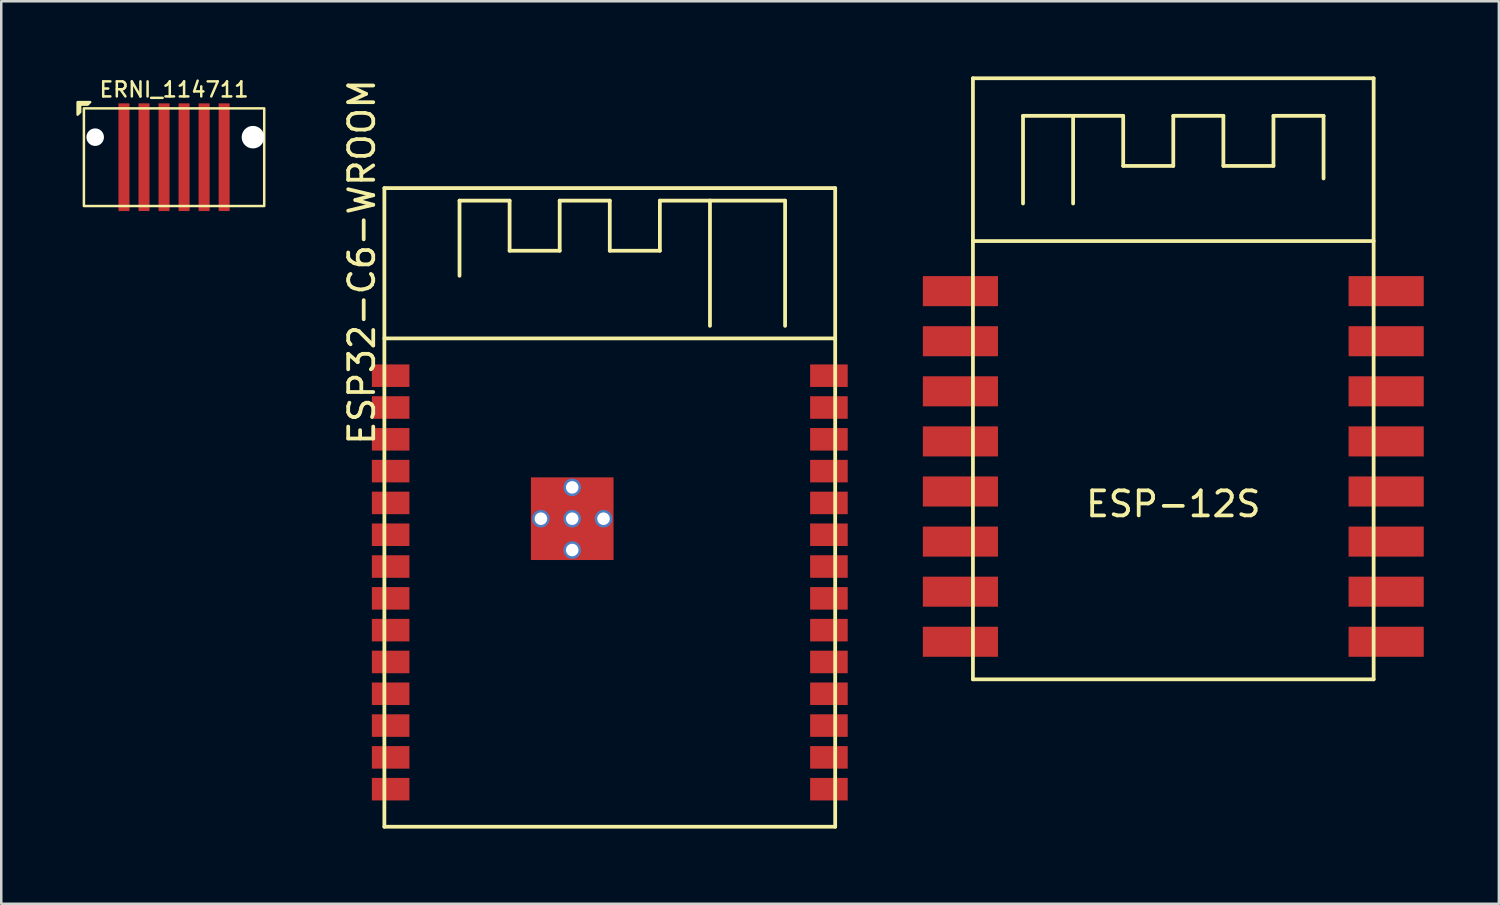
<source format=kicad_pcb>
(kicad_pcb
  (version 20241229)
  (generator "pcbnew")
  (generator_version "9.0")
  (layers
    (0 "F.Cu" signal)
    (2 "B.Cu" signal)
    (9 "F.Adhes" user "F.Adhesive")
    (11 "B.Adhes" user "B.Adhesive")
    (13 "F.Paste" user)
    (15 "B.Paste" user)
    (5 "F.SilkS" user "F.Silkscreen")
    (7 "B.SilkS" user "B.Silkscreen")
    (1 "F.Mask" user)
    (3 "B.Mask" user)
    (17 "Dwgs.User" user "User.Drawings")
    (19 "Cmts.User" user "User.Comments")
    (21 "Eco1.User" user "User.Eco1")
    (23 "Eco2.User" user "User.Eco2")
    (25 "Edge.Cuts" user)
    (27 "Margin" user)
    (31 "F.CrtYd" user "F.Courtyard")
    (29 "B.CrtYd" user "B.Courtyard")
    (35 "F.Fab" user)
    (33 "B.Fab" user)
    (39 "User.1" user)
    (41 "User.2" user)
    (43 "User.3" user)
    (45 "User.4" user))
  (footprint "ESP-12S"
    (layer "F.Cu")
    (at 43.798 12.075)
    (property "Reference" "ESP-12S" (at 0 5 0) (layer "F.SilkS") (effects (font (size 1 1) (thickness 0.15))))
    (attr through_hole)
    (fp_line (start -8 -5.5) (end 8 -5.5) (stroke (width 0.15) (type solid)) (layer "F.SilkS"))
    (fp_line (start -8 12) (end -8 -12) (stroke (width 0.15) (type solid)) (layer "F.SilkS"))
    (fp_line (start -8 12) (end 8 12) (stroke (width 0.15) (type solid)) (layer "F.SilkS"))
    (fp_line (start -6 -10.5) (end -2 -10.5) (stroke (width 0.15) (type solid)) (layer "F.SilkS"))
    (fp_line (start -6 -7) (end -6 -10.5) (stroke (width 0.15) (type solid)) (layer "F.SilkS"))
    (fp_line (start -4 -10.5) (end -4 -7) (stroke (width 0.15) (type solid)) (layer "F.SilkS"))
    (fp_line (start -2 -10.5) (end -2 -8.5) (stroke (width 0.15) (type solid)) (layer "F.SilkS"))
    (fp_line (start -2 -8.5) (end 0 -8.5) (stroke (width 0.15) (type solid)) (layer "F.SilkS"))
    (fp_line (start 0 -10.5) (end 2 -10.5) (stroke (width 0.15) (type solid)) (layer "F.SilkS"))
    (fp_line (start 0 -8.5) (end 0 -10.5) (stroke (width 0.15) (type solid)) (layer "F.SilkS"))
    (fp_line (start 2 -10.5) (end 2 -8.5) (stroke (width 0.15) (type solid)) (layer "F.SilkS"))
    (fp_line (start 2 -8.5) (end 4 -8.5) (stroke (width 0.15) (type solid)) (layer "F.SilkS"))
    (fp_line (start 4 -10.5) (end 6 -10.5) (stroke (width 0.15) (type solid)) (layer "F.SilkS"))
    (fp_line (start 4 -8.5) (end 4 -10.5) (stroke (width 0.15) (type solid)) (layer "F.SilkS"))
    (fp_line (start 6 -10.5) (end 6 -8) (stroke (width 0.15) (type solid)) (layer "F.SilkS"))
    (fp_line (start 8 -12) (end -8 -12) (stroke (width 0.15) (type solid)) (layer "F.SilkS"))
    (fp_line (start 8 -12) (end 8 12) (stroke (width 0.15) (type solid)) (layer "F.SilkS"))
    (pad "1" smd rect (at -8.5 -3.5) (size 3 1.2) (layers "F.Cu" "F.Mask" "F.Paste"))
    (pad "2" smd rect (at -8.5 -1.5) (size 3 1.2) (layers "F.Cu" "F.Mask" "F.Paste"))
    (pad "3" smd rect (at -8.5 0.5) (size 3 1.2) (layers "F.Cu" "F.Mask" "F.Paste"))
    (pad "4" smd rect (at -8.5 2.5) (size 3 1.2) (layers "F.Cu" "F.Mask" "F.Paste"))
    (pad "5" smd rect (at -8.5 4.5) (size 3 1.2) (layers "F.Cu" "F.Mask" "F.Paste"))
    (pad "6" smd rect (at -8.5 6.5) (size 3 1.2) (layers "F.Cu" "F.Mask" "F.Paste"))
    (pad "7" smd rect (at -8.5 8.5) (size 3 1.2) (layers "F.Cu" "F.Mask" "F.Paste"))
    (pad "8" smd rect (at -8.5 10.5) (size 3 1.2) (layers "F.Cu" "F.Mask" "F.Paste"))
    (pad "9" smd rect (at 8.5 10.5) (size 3 1.2) (layers "F.Cu" "F.Mask" "F.Paste"))
    (pad "10" smd rect (at 8.5 8.5) (size 3 1.2) (layers "F.Cu" "F.Mask" "F.Paste"))
    (pad "11" smd rect (at 8.5 6.5) (size 3 1.2) (layers "F.Cu" "F.Mask" "F.Paste"))
    (pad "12" smd rect (at 8.5 4.5) (size 3 1.2) (layers "F.Cu" "F.Mask" "F.Paste"))
    (pad "13" smd rect (at 8.5 2.5) (size 3 1.2) (layers "F.Cu" "F.Mask" "F.Paste"))
    (pad "14" smd rect (at 8.5 0.5) (size 3 1.2) (layers "F.Cu" "F.Mask" "F.Paste"))
    (pad "15" smd rect (at 8.5 -1.5) (size 3 1.2) (layers "F.Cu" "F.Mask" "F.Paste"))
    (pad "16" smd rect (at 8.5 -3.5) (size 3 1.2) (layers "F.Cu" "F.Mask" "F.Paste")))
  (footprint "ERNI_114711"
    (layer "F.Cu")
    (at 3.9 3.227)
    (property "Reference" "ERNI_114711" (at 0 -2.7 0) (unlocked yes) (layer "F.SilkS") (effects (font (size 0.6 0.6) (thickness 0.1))))
    (attr smd)
    (fp_rect (start -3.6 -1.95) (end 3.6 1.95) (stroke (width 0.1) (type solid)) (fill no) (layer "F.SilkS"))
    (fp_poly (pts (xy -3.45 -2.1) (xy -3.75 -2.1) (xy -3.75 -1.8) (xy -3.85 -1.7) (xy -3.85 -2.2) (xy -3.35 -2.2)) (stroke (width 0.1) (type solid)) (fill yes) (layer "F.SilkS"))
    (pad "" np_thru_hole circle (at -3.15 -0.8) (size 0.7 0.7) (drill 0.7) (layers "*.Cu" "*.Mask"))
    (pad "" np_thru_hole circle (at 3.15 -0.8) (size 0.9 0.9) (drill 0.9) (layers "*.Cu" "*.Mask"))
    (pad "1" smd rect (at -2 0) (size 0.44 4.3) (layers "F.Cu" "F.Mask" "F.Paste"))
    (pad "2" smd rect (at -1.2 0) (size 0.44 4.3) (layers "F.Cu" "F.Mask" "F.Paste"))
    (pad "3" smd rect (at -0.4 0) (size 0.44 4.3) (layers "F.Cu" "F.Mask" "F.Paste"))
    (pad "4" smd rect (at 0.4 0) (size 0.44 4.3) (layers "F.Cu" "F.Mask" "F.Paste"))
    (pad "5" smd rect (at 1.2 0) (size 0.44 4.3) (layers "F.Cu" "F.Mask" "F.Paste"))
    (pad "6" smd rect (at 2 0) (size 0.44 4.3) (layers "F.Cu" "F.Mask" "F.Paste")))
  (footprint "ESP32-C6-WROOM"
    (layer "F.Cu")
    (at 21.298 17.211)
    (property "Reference" "ESP32-C6-WROOM" (at -9.9 -9.8 90) (layer "F.SilkS") (effects (font (size 1 1) (thickness 0.15))))
    (attr smd)
    (fp_line (start -9 -12.75) (end -9 12.75) (stroke (width 0.15) (type solid)) (layer "F.SilkS"))
    (fp_line (start -9 12.75) (end 9 12.75) (stroke (width 0.15) (type solid)) (layer "F.SilkS"))
    (fp_line (start -6 -12.25) (end -6 -9.25) (stroke (width 0.15) (type solid)) (layer "F.SilkS"))
    (fp_line (start -4 -12.25) (end -6 -12.25) (stroke (width 0.15) (type solid)) (layer "F.SilkS"))
    (fp_line (start -4 -10.25) (end -4 -12.25) (stroke (width 0.15) (type solid)) (layer "F.SilkS"))
    (fp_line (start -2 -12.25) (end -2 -10.25) (stroke (width 0.15) (type solid)) (layer "F.SilkS"))
    (fp_line (start -2 -10.25) (end -4 -10.25) (stroke (width 0.15) (type solid)) (layer "F.SilkS"))
    (fp_line (start 0 -12.25) (end -2 -12.25) (stroke (width 0.15) (type solid)) (layer "F.SilkS"))
    (fp_line (start 0 -10.25) (end 0 -12.25) (stroke (width 0.15) (type solid)) (layer "F.SilkS"))
    (fp_line (start 2 -12.25) (end 2 -10.25) (stroke (width 0.15) (type solid)) (layer "F.SilkS"))
    (fp_line (start 2 -12.25) (end 4 -12.25) (stroke (width 0.15) (type solid)) (layer "F.SilkS"))
    (fp_line (start 2 -10.25) (end 0 -10.25) (stroke (width 0.15) (type solid)) (layer "F.SilkS"))
    (fp_line (start 4 -12.25) (end 7 -12.25) (stroke (width 0.15) (type solid)) (layer "F.SilkS"))
    (fp_line (start 4 -7.25) (end 4 -12.25) (stroke (width 0.15) (type solid)) (layer "F.SilkS"))
    (fp_line (start 7 -12.25) (end 7 -7.25) (stroke (width 0.15) (type solid)) (layer "F.SilkS"))
    (fp_line (start 9 -12.75) (end -9 -12.75) (stroke (width 0.15) (type solid)) (layer "F.SilkS"))
    (fp_line (start 9 -6.75) (end -9 -6.75) (stroke (width 0.15) (type solid)) (layer "F.SilkS"))
    (fp_line (start 9 12.75) (end 9 -12.75) (stroke (width 0.15) (type solid)) (layer "F.SilkS"))
    (fp_rect (start -3.15 0.1) (end -1.85 -1.2) (stroke (width 0) (type solid)) (fill yes) (layer "F.Paste"))
    (fp_rect (start -3.15 2.1) (end -1.85 0.8) (stroke (width 0) (type solid)) (fill yes) (layer "F.Paste"))
    (fp_rect (start -1.15 0.1) (end 0.15 -1.2) (stroke (width 0) (type solid)) (fill yes) (layer "F.Paste"))
    (fp_rect (start -1.15 2.1) (end 0.15 0.8) (stroke (width 0) (type solid)) (fill yes) (layer "F.Paste"))
    (pad "1" smd rect (at -8.75 -5.26) (size 1.5 0.9) (layers "F.Cu" "F.Mask" "F.Paste"))
    (pad "2" smd rect (at -8.75 -3.99) (size 1.5 0.9) (layers "F.Cu" "F.Mask" "F.Paste"))
    (pad "3" smd rect (at -8.75 -2.72) (size 1.5 0.9) (layers "F.Cu" "F.Mask" "F.Paste"))
    (pad "4" smd rect (at -8.75 -1.45) (size 1.5 0.9) (layers "F.Cu" "F.Mask" "F.Paste"))
    (pad "5" smd rect (at -8.75 -0.18) (size 1.5 0.9) (layers "F.Cu" "F.Mask" "F.Paste"))
    (pad "6" smd rect (at -8.75 1.09) (size 1.5 0.9) (layers "F.Cu" "F.Mask" "F.Paste"))
    (pad "7" smd rect (at -8.75 2.36) (size 1.5 0.9) (layers "F.Cu" "F.Mask" "F.Paste"))
    (pad "8" smd rect (at -8.75 3.63) (size 1.5 0.9) (layers "F.Cu" "F.Mask" "F.Paste"))
    (pad "9" smd rect (at -8.75 4.9) (size 1.5 0.9) (layers "F.Cu" "F.Mask" "F.Paste"))
    (pad "10" smd rect (at -8.75 6.17) (size 1.5 0.9) (layers "F.Cu" "F.Mask" "F.Paste"))
    (pad "11" smd rect (at -8.75 7.44) (size 1.5 0.9) (layers "F.Cu" "F.Mask" "F.Paste"))
    (pad "12" smd rect (at -8.75 8.71) (size 1.5 0.9) (layers "F.Cu" "F.Mask" "F.Paste"))
    (pad "13" smd rect (at -8.75 9.98) (size 1.5 0.9) (layers "F.Cu" "F.Mask" "F.Paste"))
    (pad "14" smd rect (at -8.75 11.25) (size 1.5 0.9) (layers "F.Cu" "F.Mask" "F.Paste"))
    (pad "15" smd rect (at 8.75 11.25) (size 1.5 0.9) (layers "F.Cu" "F.Mask" "F.Paste"))
    (pad "16" smd rect (at 8.75 9.98) (size 1.5 0.9) (layers "F.Cu" "F.Mask" "F.Paste"))
    (pad "17" smd rect (at 8.75 8.71) (size 1.5 0.9) (layers "F.Cu" "F.Mask" "F.Paste"))
    (pad "18" smd rect (at 8.75 7.44) (size 1.5 0.9) (layers "F.Cu" "F.Mask" "F.Paste"))
    (pad "19" smd rect (at 8.75 6.17) (size 1.5 0.9) (layers "F.Cu" "F.Mask" "F.Paste"))
    (pad "20" smd rect (at 8.75 4.9) (size 1.5 0.9) (layers "F.Cu" "F.Mask" "F.Paste"))
    (pad "21" smd rect (at 8.75 3.63) (size 1.5 0.9) (layers "F.Cu" "F.Mask" "F.Paste"))
    (pad "22" smd rect (at 8.75 2.36) (size 1.5 0.9) (layers "F.Cu" "F.Mask" "F.Paste"))
    (pad "23" smd rect (at 8.75 1.09) (size 1.5 0.9) (layers "F.Cu" "F.Mask" "F.Paste"))
    (pad "24" smd rect (at 8.75 -0.18) (size 1.5 0.9) (layers "F.Cu" "F.Mask" "F.Paste"))
    (pad "25" smd rect (at 8.75 -1.45) (size 1.5 0.9) (layers "F.Cu" "F.Mask" "F.Paste"))
    (pad "26" smd rect (at 8.75 -2.72) (size 1.5 0.9) (layers "F.Cu" "F.Mask" "F.Paste"))
    (pad "27" smd rect (at 8.75 -3.99) (size 1.5 0.9) (layers "F.Cu" "F.Mask" "F.Paste"))
    (pad "28" smd rect (at 8.75 -5.26) (size 1.5 0.9) (layers "F.Cu" "F.Mask" "F.Paste"))
    (pad "29" thru_hole circle (at -2.75 0.45) (size 0.7 0.7) (drill 0.5) (layers "*.Cu" "*.Mask"))
    (pad "29" thru_hole circle (at -1.5 -0.8) (size 0.7 0.7) (drill 0.5) (layers "*.Cu" "*.Mask"))
    (pad "29" thru_hole circle (at -1.5 0.45) (size 0.7 0.7) (drill 0.5) (layers "*.Cu" "*.Mask"))
    (pad "29" smd rect (at -1.5 0.45) (size 3.3 3.3) (layers "F.Cu" "F.Mask"))
    (pad "29" thru_hole circle (at -1.5 1.7) (size 0.7 0.7) (drill 0.5) (layers "*.Cu" "*.Mask"))
    (pad "29" thru_hole circle (at -0.25 0.45) (size 0.7 0.7) (drill 0.5) (layers "*.Cu" "*.Mask")))
  (gr_rect
    (start -3 -3)
    (end 56.798 33.036)
    (stroke (width 0.1) (type default))
    (fill no)
    (layer "Edge.Cuts")))
</source>
